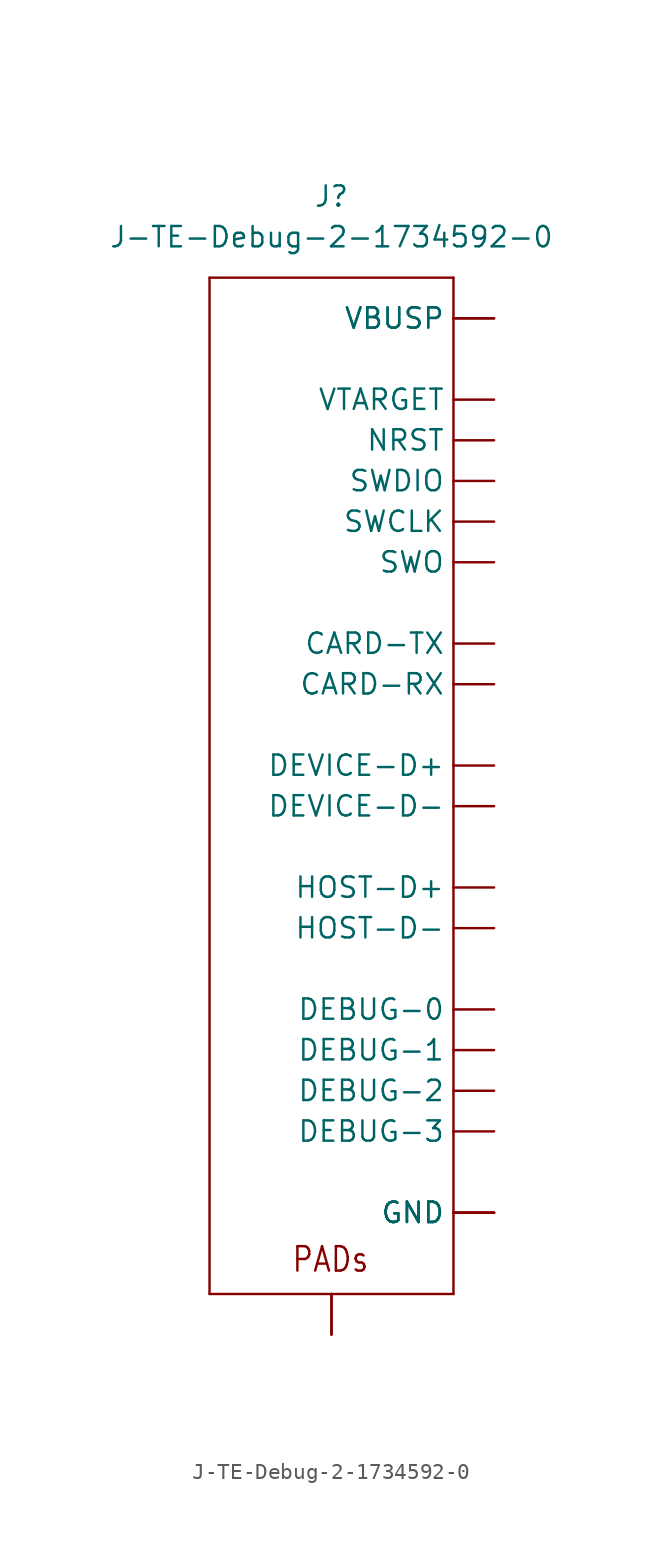
<source format=kicad_sym>
(kicad_symbol_lib
  (version 20211014)
  (generator kicad_symbol_editor)
  (symbol "J-TE-Debug-2-1734592-0"
    (property "Reference" "J"
      (at 0 35.56 0)
      (effects (font (size 1.27 1.27))))
    (property "Value" "J-TE-Debug-2-1734592-0"
      (at 0 33.02 0)
      (effects (font (size 1.27 1.27))))
    (symbol "J-TE-Debug-2-1734592-0_1_0"
      (polyline (pts (xy -7.62 -33.02) (xy 7.62 -33.02)) (stroke (width 0.152) (type default) (color 0 0 0 0)) (fill (type none)))
      (polyline (pts (xy -7.62 30.48) (xy -7.62 -33.02)) (stroke (width 0.152) (type default) (color 0 0 0 0)) (fill (type none)))
      (polyline (pts (xy 7.62 -33.02) (xy 7.62 30.48)) (stroke (width 0.152) (type default) (color 0 0 0 0)) (fill (type none)))
      (polyline (pts (xy 7.62 30.48) (xy -7.62 30.48)) (stroke (width 0.152) (type default) (color 0 0 0 0)) (fill (type none)))
      (text "PADs" (at -2.54 -31.75 0) (effects (font (size 1.524 1.295)) (justify left bottom)))
      (pin passive line (at 10.16 27.94 180) (length 2.54) (name "VBUSP" (effects (font (size 1.27 1.27)))) (number "1" (effects (font (size 0 0)))))
      (pin passive line (at 10.16 20.32 180) (length 2.54) (name "NRST" (effects (font (size 1.27 1.27)))) (number "10" (effects (font (size 0 0)))))
      (pin passive line (at 10.16 22.86 180) (length 2.54) (name "VTARGET" (effects (font (size 1.27 1.27)))) (number "11" (effects (font (size 0 0)))))
      (pin passive line (at 10.16 5.08 180) (length 2.54) (name "CARD-RX" (effects (font (size 1.27 1.27)))) (number "12" (effects (font (size 0 0)))))
      (pin passive line (at 10.16 7.62 180) (length 2.54) (name "CARD-TX" (effects (font (size 1.27 1.27)))) (number "13" (effects (font (size 0 0)))))
      (pin passive line (at 10.16 17.78 180) (length 2.54) (name "SWDIO" (effects (font (size 1.27 1.27)))) (number "14" (effects (font (size 0 0)))))
      (pin passive line (at 10.16 15.24 180) (length 2.54) (name "SWCLK" (effects (font (size 1.27 1.27)))) (number "15" (effects (font (size 0 0)))))
      (pin passive line (at 10.16 12.7 180) (length 2.54) (name "SWO" (effects (font (size 1.27 1.27)))) (number "16" (effects (font (size 0 0)))))
      (pin passive line (at 10.16 -15.24 180) (length 2.54) (name "DEBUG-0" (effects (font (size 1.27 1.27)))) (number "17" (effects (font (size 0 0)))))
      (pin passive line (at 10.16 -17.78 180) (length 2.54) (name "DEBUG-1" (effects (font (size 1.27 1.27)))) (number "18" (effects (font (size 0 0)))))
      (pin passive line (at 10.16 -20.32 180) (length 2.54) (name "DEBUG-2" (effects (font (size 1.27 1.27)))) (number "19" (effects (font (size 0 0)))))
      (pin passive line (at 10.16 27.94 180) (length 2.54) (name "VBUSP" (effects (font (size 1.27 1.27)))) (number "2" (effects (font (size 0 0)))))
      (pin passive line (at 10.16 -22.86 180) (length 2.54) (name "DEBUG-3" (effects (font (size 1.27 1.27)))) (number "20" (effects (font (size 0 0)))))
      (pin passive line (at 10.16 -27.94 180) (length 2.54) (name "GND" (effects (font (size 1.27 1.27)))) (number "3" (effects (font (size 0 0)))))
      (pin passive line (at 10.16 0 180) (length 2.54) (name "DEVICE-D+" (effects (font (size 1.27 1.27)))) (number "4" (effects (font (size 0 0)))))
      (pin passive line (at 10.16 -2.54 180) (length 2.54) (name "DEVICE-D-" (effects (font (size 1.27 1.27)))) (number "5" (effects (font (size 0 0)))))
      (pin passive line (at 10.16 -27.94 180) (length 2.54) (name "GND" (effects (font (size 1.27 1.27)))) (number "6" (effects (font (size 0 0)))))
      (pin passive line (at 10.16 -7.62 180) (length 2.54) (name "HOST-D+" (effects (font (size 1.27 1.27)))) (number "7" (effects (font (size 0 0)))))
      (pin passive line (at 10.16 -10.16 180) (length 2.54) (name "HOST-D-" (effects (font (size 1.27 1.27)))) (number "8" (effects (font (size 0 0)))))
      (pin passive line (at 10.16 -27.94 180) (length 2.54) (name "GND" (effects (font (size 1.27 1.27)))) (number "9" (effects (font (size 0 0)))))
      (pin bidirectional line (at 0 -35.56 90) (length 2.54) (name "PAD" (effects (font (size 0 0)))) (number "PAD1" (effects (font (size 0 0)))))
      (pin bidirectional line (at 0 -35.56 90) (length 2.54) (name "PAD" (effects (font (size 0 0)))) (number "PAD2" (effects (font (size 0 0))))))))
</source>
